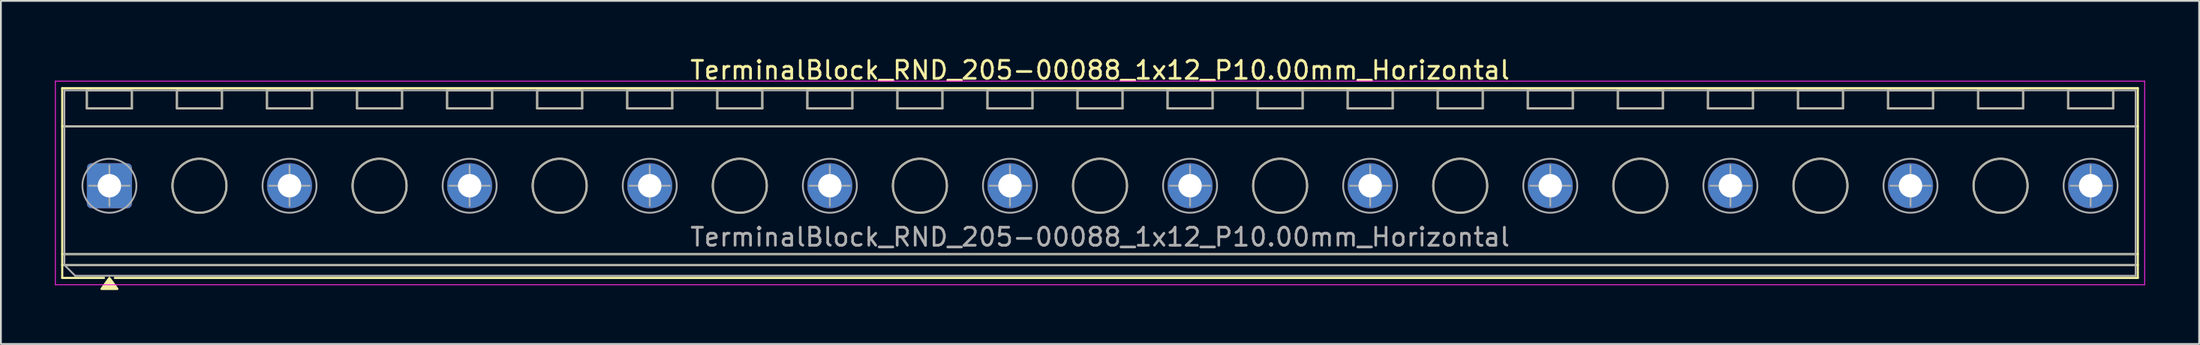
<source format=kicad_pcb>
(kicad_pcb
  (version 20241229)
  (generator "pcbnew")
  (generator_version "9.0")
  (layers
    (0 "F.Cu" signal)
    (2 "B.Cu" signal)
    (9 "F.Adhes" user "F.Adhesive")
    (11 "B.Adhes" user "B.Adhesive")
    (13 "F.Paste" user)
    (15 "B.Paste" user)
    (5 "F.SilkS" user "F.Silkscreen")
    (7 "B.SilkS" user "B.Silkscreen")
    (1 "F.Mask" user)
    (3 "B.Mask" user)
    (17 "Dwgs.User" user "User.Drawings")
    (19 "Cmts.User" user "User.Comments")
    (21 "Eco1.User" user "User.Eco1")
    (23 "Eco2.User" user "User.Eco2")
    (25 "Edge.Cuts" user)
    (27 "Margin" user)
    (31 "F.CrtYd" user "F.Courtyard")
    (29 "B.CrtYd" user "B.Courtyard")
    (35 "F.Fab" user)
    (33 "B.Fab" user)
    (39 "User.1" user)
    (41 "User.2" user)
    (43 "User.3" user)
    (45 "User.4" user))
  (footprint "TerminalBlock_RND_205-00088_1x12_P10.00mm_Horizontal"
    (layer "F.Cu")
    (at 3.025 7.268)
    (property "Reference" "TerminalBlock_RND_205-00088_1x12_P10.00mm_Horizontal" (at 55 -6.42 0) (layer "F.SilkS") (effects (font (size 1 1) (thickness 0.15))))
    (attr through_hole)
    (fp_line (start -2.62 -5.42) (end -2.62 5.12) (stroke (width 0.12) (type solid)) (layer "F.SilkS"))
    (fp_line (start -2.62 -5.42) (end 112.62 -5.42) (stroke (width 0.12) (type solid)) (layer "F.SilkS"))
    (fp_line (start -2.62 -3.3) (end 112.62 -3.3) (stroke (width 0.12) (type solid)) (layer "F.SilkS"))
    (fp_line (start -2.62 3.8) (end 112.62 3.8) (stroke (width 0.12) (type solid)) (layer "F.SilkS"))
    (fp_line (start -2.62 4.4) (end 112.62 4.4) (stroke (width 0.12) (type solid)) (layer "F.SilkS"))
    (fp_line (start -2.62 5.12) (end -0.3 5.12) (stroke (width 0.12) (type solid)) (layer "F.SilkS"))
    (fp_line (start -1.25 -5.3) (end -1.25 -4.3) (stroke (width 0.12) (type solid)) (layer "F.SilkS"))
    (fp_line (start -1.25 -5.3) (end 1.25 -5.3) (stroke (width 0.12) (type solid)) (layer "F.SilkS"))
    (fp_line (start -1.25 -4.3) (end 1.25 -4.3) (stroke (width 0.12) (type solid)) (layer "F.SilkS"))
    (fp_line (start 0.3 5.12) (end 112.62 5.12) (stroke (width 0.12) (type solid)) (layer "F.SilkS"))
    (fp_line (start 1.25 -5.3) (end 1.25 -4.3) (stroke (width 0.12) (type solid)) (layer "F.SilkS"))
    (fp_line (start 3.75 -5.3) (end 3.75 -4.3) (stroke (width 0.12) (type solid)) (layer "F.SilkS"))
    (fp_line (start 3.75 -5.3) (end 6.25 -5.3) (stroke (width 0.12) (type solid)) (layer "F.SilkS"))
    (fp_line (start 3.75 -4.3) (end 6.25 -4.3) (stroke (width 0.12) (type solid)) (layer "F.SilkS"))
    (fp_line (start 6.25 -5.3) (end 6.25 -4.3) (stroke (width 0.12) (type solid)) (layer "F.SilkS"))
    (fp_line (start 8.75 -5.3) (end 8.75 -4.3) (stroke (width 0.12) (type solid)) (layer "F.SilkS"))
    (fp_line (start 8.75 -5.3) (end 11.25 -5.3) (stroke (width 0.12) (type solid)) (layer "F.SilkS"))
    (fp_line (start 8.75 -4.3) (end 11.25 -4.3) (stroke (width 0.12) (type solid)) (layer "F.SilkS"))
    (fp_line (start 11.25 -5.3) (end 11.25 -4.3) (stroke (width 0.12) (type solid)) (layer "F.SilkS"))
    (fp_line (start 13.75 -5.3) (end 13.75 -4.3) (stroke (width 0.12) (type solid)) (layer "F.SilkS"))
    (fp_line (start 13.75 -5.3) (end 16.25 -5.3) (stroke (width 0.12) (type solid)) (layer "F.SilkS"))
    (fp_line (start 13.75 -4.3) (end 16.25 -4.3) (stroke (width 0.12) (type solid)) (layer "F.SilkS"))
    (fp_line (start 16.25 -5.3) (end 16.25 -4.3) (stroke (width 0.12) (type solid)) (layer "F.SilkS"))
    (fp_line (start 18.75 -5.3) (end 18.75 -4.3) (stroke (width 0.12) (type solid)) (layer "F.SilkS"))
    (fp_line (start 18.75 -5.3) (end 21.25 -5.3) (stroke (width 0.12) (type solid)) (layer "F.SilkS"))
    (fp_line (start 18.75 -4.3) (end 21.25 -4.3) (stroke (width 0.12) (type solid)) (layer "F.SilkS"))
    (fp_line (start 21.25 -5.3) (end 21.25 -4.3) (stroke (width 0.12) (type solid)) (layer "F.SilkS"))
    (fp_line (start 23.75 -5.3) (end 23.75 -4.3) (stroke (width 0.12) (type solid)) (layer "F.SilkS"))
    (fp_line (start 23.75 -5.3) (end 26.25 -5.3) (stroke (width 0.12) (type solid)) (layer "F.SilkS"))
    (fp_line (start 23.75 -4.3) (end 26.25 -4.3) (stroke (width 0.12) (type solid)) (layer "F.SilkS"))
    (fp_line (start 26.25 -5.3) (end 26.25 -4.3) (stroke (width 0.12) (type solid)) (layer "F.SilkS"))
    (fp_line (start 28.75 -5.3) (end 28.75 -4.3) (stroke (width 0.12) (type solid)) (layer "F.SilkS"))
    (fp_line (start 28.75 -5.3) (end 31.25 -5.3) (stroke (width 0.12) (type solid)) (layer "F.SilkS"))
    (fp_line (start 28.75 -4.3) (end 31.25 -4.3) (stroke (width 0.12) (type solid)) (layer "F.SilkS"))
    (fp_line (start 31.25 -5.3) (end 31.25 -4.3) (stroke (width 0.12) (type solid)) (layer "F.SilkS"))
    (fp_line (start 33.75 -5.3) (end 33.75 -4.3) (stroke (width 0.12) (type solid)) (layer "F.SilkS"))
    (fp_line (start 33.75 -5.3) (end 36.25 -5.3) (stroke (width 0.12) (type solid)) (layer "F.SilkS"))
    (fp_line (start 33.75 -4.3) (end 36.25 -4.3) (stroke (width 0.12) (type solid)) (layer "F.SilkS"))
    (fp_line (start 36.25 -5.3) (end 36.25 -4.3) (stroke (width 0.12) (type solid)) (layer "F.SilkS"))
    (fp_line (start 38.75 -5.3) (end 38.75 -4.3) (stroke (width 0.12) (type solid)) (layer "F.SilkS"))
    (fp_line (start 38.75 -5.3) (end 41.25 -5.3) (stroke (width 0.12) (type solid)) (layer "F.SilkS"))
    (fp_line (start 38.75 -4.3) (end 41.25 -4.3) (stroke (width 0.12) (type solid)) (layer "F.SilkS"))
    (fp_line (start 41.25 -5.3) (end 41.25 -4.3) (stroke (width 0.12) (type solid)) (layer "F.SilkS"))
    (fp_line (start 43.75 -5.3) (end 43.75 -4.3) (stroke (width 0.12) (type solid)) (layer "F.SilkS"))
    (fp_line (start 43.75 -5.3) (end 46.25 -5.3) (stroke (width 0.12) (type solid)) (layer "F.SilkS"))
    (fp_line (start 43.75 -4.3) (end 46.25 -4.3) (stroke (width 0.12) (type solid)) (layer "F.SilkS"))
    (fp_line (start 46.25 -5.3) (end 46.25 -4.3) (stroke (width 0.12) (type solid)) (layer "F.SilkS"))
    (fp_line (start 48.75 -5.3) (end 48.75 -4.3) (stroke (width 0.12) (type solid)) (layer "F.SilkS"))
    (fp_line (start 48.75 -5.3) (end 51.25 -5.3) (stroke (width 0.12) (type solid)) (layer "F.SilkS"))
    (fp_line (start 48.75 -4.3) (end 51.25 -4.3) (stroke (width 0.12) (type solid)) (layer "F.SilkS"))
    (fp_line (start 51.25 -5.3) (end 51.25 -4.3) (stroke (width 0.12) (type solid)) (layer "F.SilkS"))
    (fp_line (start 53.75 -5.3) (end 53.75 -4.3) (stroke (width 0.12) (type solid)) (layer "F.SilkS"))
    (fp_line (start 53.75 -5.3) (end 56.25 -5.3) (stroke (width 0.12) (type solid)) (layer "F.SilkS"))
    (fp_line (start 53.75 -4.3) (end 56.25 -4.3) (stroke (width 0.12) (type solid)) (layer "F.SilkS"))
    (fp_line (start 56.25 -5.3) (end 56.25 -4.3) (stroke (width 0.12) (type solid)) (layer "F.SilkS"))
    (fp_line (start 58.75 -5.3) (end 58.75 -4.3) (stroke (width 0.12) (type solid)) (layer "F.SilkS"))
    (fp_line (start 58.75 -5.3) (end 61.25 -5.3) (stroke (width 0.12) (type solid)) (layer "F.SilkS"))
    (fp_line (start 58.75 -4.3) (end 61.25 -4.3) (stroke (width 0.12) (type solid)) (layer "F.SilkS"))
    (fp_line (start 61.25 -5.3) (end 61.25 -4.3) (stroke (width 0.12) (type solid)) (layer "F.SilkS"))
    (fp_line (start 63.75 -5.3) (end 63.75 -4.3) (stroke (width 0.12) (type solid)) (layer "F.SilkS"))
    (fp_line (start 63.75 -5.3) (end 66.25 -5.3) (stroke (width 0.12) (type solid)) (layer "F.SilkS"))
    (fp_line (start 63.75 -4.3) (end 66.25 -4.3) (stroke (width 0.12) (type solid)) (layer "F.SilkS"))
    (fp_line (start 66.25 -5.3) (end 66.25 -4.3) (stroke (width 0.12) (type solid)) (layer "F.SilkS"))
    (fp_line (start 68.75 -5.3) (end 68.75 -4.3) (stroke (width 0.12) (type solid)) (layer "F.SilkS"))
    (fp_line (start 68.75 -5.3) (end 71.25 -5.3) (stroke (width 0.12) (type solid)) (layer "F.SilkS"))
    (fp_line (start 68.75 -4.3) (end 71.25 -4.3) (stroke (width 0.12) (type solid)) (layer "F.SilkS"))
    (fp_line (start 71.25 -5.3) (end 71.25 -4.3) (stroke (width 0.12) (type solid)) (layer "F.SilkS"))
    (fp_line (start 73.75 -5.3) (end 73.75 -4.3) (stroke (width 0.12) (type solid)) (layer "F.SilkS"))
    (fp_line (start 73.75 -5.3) (end 76.25 -5.3) (stroke (width 0.12) (type solid)) (layer "F.SilkS"))
    (fp_line (start 73.75 -4.3) (end 76.25 -4.3) (stroke (width 0.12) (type solid)) (layer "F.SilkS"))
    (fp_line (start 76.25 -5.3) (end 76.25 -4.3) (stroke (width 0.12) (type solid)) (layer "F.SilkS"))
    (fp_line (start 78.75 -5.3) (end 78.75 -4.3) (stroke (width 0.12) (type solid)) (layer "F.SilkS"))
    (fp_line (start 78.75 -5.3) (end 81.25 -5.3) (stroke (width 0.12) (type solid)) (layer "F.SilkS"))
    (fp_line (start 78.75 -4.3) (end 81.25 -4.3) (stroke (width 0.12) (type solid)) (layer "F.SilkS"))
    (fp_line (start 81.25 -5.3) (end 81.25 -4.3) (stroke (width 0.12) (type solid)) (layer "F.SilkS"))
    (fp_line (start 83.75 -5.3) (end 83.75 -4.3) (stroke (width 0.12) (type solid)) (layer "F.SilkS"))
    (fp_line (start 83.75 -5.3) (end 86.25 -5.3) (stroke (width 0.12) (type solid)) (layer "F.SilkS"))
    (fp_line (start 83.75 -4.3) (end 86.25 -4.3) (stroke (width 0.12) (type solid)) (layer "F.SilkS"))
    (fp_line (start 86.25 -5.3) (end 86.25 -4.3) (stroke (width 0.12) (type solid)) (layer "F.SilkS"))
    (fp_line (start 88.75 -5.3) (end 88.75 -4.3) (stroke (width 0.12) (type solid)) (layer "F.SilkS"))
    (fp_line (start 88.75 -5.3) (end 91.25 -5.3) (stroke (width 0.12) (type solid)) (layer "F.SilkS"))
    (fp_line (start 88.75 -4.3) (end 91.25 -4.3) (stroke (width 0.12) (type solid)) (layer "F.SilkS"))
    (fp_line (start 91.25 -5.3) (end 91.25 -4.3) (stroke (width 0.12) (type solid)) (layer "F.SilkS"))
    (fp_line (start 93.75 -5.3) (end 93.75 -4.3) (stroke (width 0.12) (type solid)) (layer "F.SilkS"))
    (fp_line (start 93.75 -5.3) (end 96.25 -5.3) (stroke (width 0.12) (type solid)) (layer "F.SilkS"))
    (fp_line (start 93.75 -4.3) (end 96.25 -4.3) (stroke (width 0.12) (type solid)) (layer "F.SilkS"))
    (fp_line (start 96.25 -5.3) (end 96.25 -4.3) (stroke (width 0.12) (type solid)) (layer "F.SilkS"))
    (fp_line (start 98.75 -5.3) (end 98.75 -4.3) (stroke (width 0.12) (type solid)) (layer "F.SilkS"))
    (fp_line (start 98.75 -5.3) (end 101.25 -5.3) (stroke (width 0.12) (type solid)) (layer "F.SilkS"))
    (fp_line (start 98.75 -4.3) (end 101.25 -4.3) (stroke (width 0.12) (type solid)) (layer "F.SilkS"))
    (fp_line (start 101.25 -5.3) (end 101.25 -4.3) (stroke (width 0.12) (type solid)) (layer "F.SilkS"))
    (fp_line (start 103.75 -5.3) (end 103.75 -4.3) (stroke (width 0.12) (type solid)) (layer "F.SilkS"))
    (fp_line (start 103.75 -5.3) (end 106.25 -5.3) (stroke (width 0.12) (type solid)) (layer "F.SilkS"))
    (fp_line (start 103.75 -4.3) (end 106.25 -4.3) (stroke (width 0.12) (type solid)) (layer "F.SilkS"))
    (fp_line (start 106.25 -5.3) (end 106.25 -4.3) (stroke (width 0.12) (type solid)) (layer "F.SilkS"))
    (fp_line (start 108.75 -5.3) (end 108.75 -4.3) (stroke (width 0.12) (type solid)) (layer "F.SilkS"))
    (fp_line (start 108.75 -5.3) (end 111.25 -5.3) (stroke (width 0.12) (type solid)) (layer "F.SilkS"))
    (fp_line (start 108.75 -4.3) (end 111.25 -4.3) (stroke (width 0.12) (type solid)) (layer "F.SilkS"))
    (fp_line (start 111.25 -5.3) (end 111.25 -4.3) (stroke (width 0.12) (type solid)) (layer "F.SilkS"))
    (fp_line (start 112.62 -5.42) (end 112.62 5.12) (stroke (width 0.12) (type solid)) (layer "F.SilkS"))
    (fp_circle (center 5 0) (end 6.5 0) (stroke (width 0.12) (type solid)) (fill no) (layer "F.SilkS"))
    (fp_circle (center 15 0) (end 16.5 0) (stroke (width 0.12) (type solid)) (fill no) (layer "F.SilkS"))
    (fp_circle (center 25 0) (end 26.5 0) (stroke (width 0.12) (type solid)) (fill no) (layer "F.SilkS"))
    (fp_circle (center 35 0) (end 36.5 0) (stroke (width 0.12) (type solid)) (fill no) (layer "F.SilkS"))
    (fp_circle (center 45 0) (end 46.5 0) (stroke (width 0.12) (type solid)) (fill no) (layer "F.SilkS"))
    (fp_circle (center 55 0) (end 56.5 0) (stroke (width 0.12) (type solid)) (fill no) (layer "F.SilkS"))
    (fp_circle (center 65 0) (end 66.5 0) (stroke (width 0.12) (type solid)) (fill no) (layer "F.SilkS"))
    (fp_circle (center 75 0) (end 76.5 0) (stroke (width 0.12) (type solid)) (fill no) (layer "F.SilkS"))
    (fp_circle (center 85 0) (end 86.5 0) (stroke (width 0.12) (type solid)) (fill no) (layer "F.SilkS"))
    (fp_circle (center 95 0) (end 96.5 0) (stroke (width 0.12) (type solid)) (fill no) (layer "F.SilkS"))
    (fp_circle (center 105 0) (end 106.5 0) (stroke (width 0.12) (type solid)) (fill no) (layer "F.SilkS"))
    (fp_poly (pts (xy 0 5.12) (xy 0.44 5.73) (xy -0.44 5.73)) (stroke (width 0.12) (type solid)) (fill yes) (layer "F.SilkS"))
    (fp_line (start -3 -5.81) (end -3 5.5) (stroke (width 0.05) (type solid)) (layer "F.CrtYd"))
    (fp_line (start -3 5.5) (end 113 5.5) (stroke (width 0.05) (type solid)) (layer "F.CrtYd"))
    (fp_line (start 113 -5.81) (end -3 -5.81) (stroke (width 0.05) (type solid)) (layer "F.CrtYd"))
    (fp_line (start 113 5.5) (end 113 -5.81) (stroke (width 0.05) (type solid)) (layer "F.CrtYd"))
    (fp_line (start -2.5 -5.3) (end 112.5 -5.3) (stroke (width 0.1) (type solid)) (layer "F.Fab"))
    (fp_line (start -2.5 -3.3) (end 112.5 -3.3) (stroke (width 0.1) (type solid)) (layer "F.Fab"))
    (fp_line (start -2.5 3.8) (end 112.5 3.8) (stroke (width 0.1) (type solid)) (layer "F.Fab"))
    (fp_line (start -2.5 4.4) (end -2.5 -5.3) (stroke (width 0.1) (type solid)) (layer "F.Fab"))
    (fp_line (start -2.5 4.4) (end 112.5 4.4) (stroke (width 0.1) (type solid)) (layer "F.Fab"))
    (fp_line (start -1.9 5) (end -2.5 4.4) (stroke (width 0.1) (type solid)) (layer "F.Fab"))
    (fp_line (start -1.25 -5.3) (end -1.25 -4.3) (stroke (width 0.1) (type solid)) (layer "F.Fab"))
    (fp_line (start -1.25 -4.3) (end 1.25 -4.3) (stroke (width 0.1) (type solid)) (layer "F.Fab"))
    (fp_line (start -1.125 0) (end 1.125 0) (stroke (width 0.1) (type solid)) (layer "F.Fab"))
    (fp_line (start 0 -1.125) (end 0 1.125) (stroke (width 0.1) (type solid)) (layer "F.Fab"))
    (fp_line (start 1.25 -5.3) (end -1.25 -5.3) (stroke (width 0.1) (type solid)) (layer "F.Fab"))
    (fp_line (start 1.25 -4.3) (end 1.25 -5.3) (stroke (width 0.1) (type solid)) (layer "F.Fab"))
    (fp_line (start 3.75 -5.3) (end 3.75 -4.3) (stroke (width 0.1) (type solid)) (layer "F.Fab"))
    (fp_line (start 3.75 -4.3) (end 6.25 -4.3) (stroke (width 0.1) (type solid)) (layer "F.Fab"))
    (fp_line (start 6.25 -5.3) (end 3.75 -5.3) (stroke (width 0.1) (type solid)) (layer "F.Fab"))
    (fp_line (start 6.25 -4.3) (end 6.25 -5.3) (stroke (width 0.1) (type solid)) (layer "F.Fab"))
    (fp_line (start 8.75 -5.3) (end 8.75 -4.3) (stroke (width 0.1) (type solid)) (layer "F.Fab"))
    (fp_line (start 8.75 -4.3) (end 11.25 -4.3) (stroke (width 0.1) (type solid)) (layer "F.Fab"))
    (fp_line (start 8.875 0) (end 11.125 0) (stroke (width 0.1) (type solid)) (layer "F.Fab"))
    (fp_line (start 10 -1.125) (end 10 1.125) (stroke (width 0.1) (type solid)) (layer "F.Fab"))
    (fp_line (start 11.25 -5.3) (end 8.75 -5.3) (stroke (width 0.1) (type solid)) (layer "F.Fab"))
    (fp_line (start 11.25 -4.3) (end 11.25 -5.3) (stroke (width 0.1) (type solid)) (layer "F.Fab"))
    (fp_line (start 13.75 -5.3) (end 13.75 -4.3) (stroke (width 0.1) (type solid)) (layer "F.Fab"))
    (fp_line (start 13.75 -4.3) (end 16.25 -4.3) (stroke (width 0.1) (type solid)) (layer "F.Fab"))
    (fp_line (start 16.25 -5.3) (end 13.75 -5.3) (stroke (width 0.1) (type solid)) (layer "F.Fab"))
    (fp_line (start 16.25 -4.3) (end 16.25 -5.3) (stroke (width 0.1) (type solid)) (layer "F.Fab"))
    (fp_line (start 18.75 -5.3) (end 18.75 -4.3) (stroke (width 0.1) (type solid)) (layer "F.Fab"))
    (fp_line (start 18.75 -4.3) (end 21.25 -4.3) (stroke (width 0.1) (type solid)) (layer "F.Fab"))
    (fp_line (start 18.875 0) (end 21.125 0) (stroke (width 0.1) (type solid)) (layer "F.Fab"))
    (fp_line (start 20 -1.125) (end 20 1.125) (stroke (width 0.1) (type solid)) (layer "F.Fab"))
    (fp_line (start 21.25 -5.3) (end 18.75 -5.3) (stroke (width 0.1) (type solid)) (layer "F.Fab"))
    (fp_line (start 21.25 -4.3) (end 21.25 -5.3) (stroke (width 0.1) (type solid)) (layer "F.Fab"))
    (fp_line (start 23.75 -5.3) (end 23.75 -4.3) (stroke (width 0.1) (type solid)) (layer "F.Fab"))
    (fp_line (start 23.75 -4.3) (end 26.25 -4.3) (stroke (width 0.1) (type solid)) (layer "F.Fab"))
    (fp_line (start 26.25 -5.3) (end 23.75 -5.3) (stroke (width 0.1) (type solid)) (layer "F.Fab"))
    (fp_line (start 26.25 -4.3) (end 26.25 -5.3) (stroke (width 0.1) (type solid)) (layer "F.Fab"))
    (fp_line (start 28.75 -5.3) (end 28.75 -4.3) (stroke (width 0.1) (type solid)) (layer "F.Fab"))
    (fp_line (start 28.75 -4.3) (end 31.25 -4.3) (stroke (width 0.1) (type solid)) (layer "F.Fab"))
    (fp_line (start 28.875 0) (end 31.125 0) (stroke (width 0.1) (type solid)) (layer "F.Fab"))
    (fp_line (start 30 -1.125) (end 30 1.125) (stroke (width 0.1) (type solid)) (layer "F.Fab"))
    (fp_line (start 31.25 -5.3) (end 28.75 -5.3) (stroke (width 0.1) (type solid)) (layer "F.Fab"))
    (fp_line (start 31.25 -4.3) (end 31.25 -5.3) (stroke (width 0.1) (type solid)) (layer "F.Fab"))
    (fp_line (start 33.75 -5.3) (end 33.75 -4.3) (stroke (width 0.1) (type solid)) (layer "F.Fab"))
    (fp_line (start 33.75 -4.3) (end 36.25 -4.3) (stroke (width 0.1) (type solid)) (layer "F.Fab"))
    (fp_line (start 36.25 -5.3) (end 33.75 -5.3) (stroke (width 0.1) (type solid)) (layer "F.Fab"))
    (fp_line (start 36.25 -4.3) (end 36.25 -5.3) (stroke (width 0.1) (type solid)) (layer "F.Fab"))
    (fp_line (start 38.75 -5.3) (end 38.75 -4.3) (stroke (width 0.1) (type solid)) (layer "F.Fab"))
    (fp_line (start 38.75 -4.3) (end 41.25 -4.3) (stroke (width 0.1) (type solid)) (layer "F.Fab"))
    (fp_line (start 38.875 0) (end 41.125 0) (stroke (width 0.1) (type solid)) (layer "F.Fab"))
    (fp_line (start 40 -1.125) (end 40 1.125) (stroke (width 0.1) (type solid)) (layer "F.Fab"))
    (fp_line (start 41.25 -5.3) (end 38.75 -5.3) (stroke (width 0.1) (type solid)) (layer "F.Fab"))
    (fp_line (start 41.25 -4.3) (end 41.25 -5.3) (stroke (width 0.1) (type solid)) (layer "F.Fab"))
    (fp_line (start 43.75 -5.3) (end 43.75 -4.3) (stroke (width 0.1) (type solid)) (layer "F.Fab"))
    (fp_line (start 43.75 -4.3) (end 46.25 -4.3) (stroke (width 0.1) (type solid)) (layer "F.Fab"))
    (fp_line (start 46.25 -5.3) (end 43.75 -5.3) (stroke (width 0.1) (type solid)) (layer "F.Fab"))
    (fp_line (start 46.25 -4.3) (end 46.25 -5.3) (stroke (width 0.1) (type solid)) (layer "F.Fab"))
    (fp_line (start 48.75 -5.3) (end 48.75 -4.3) (stroke (width 0.1) (type solid)) (layer "F.Fab"))
    (fp_line (start 48.75 -4.3) (end 51.25 -4.3) (stroke (width 0.1) (type solid)) (layer "F.Fab"))
    (fp_line (start 48.875 0) (end 51.125 0) (stroke (width 0.1) (type solid)) (layer "F.Fab"))
    (fp_line (start 50 -1.125) (end 50 1.125) (stroke (width 0.1) (type solid)) (layer "F.Fab"))
    (fp_line (start 51.25 -5.3) (end 48.75 -5.3) (stroke (width 0.1) (type solid)) (layer "F.Fab"))
    (fp_line (start 51.25 -4.3) (end 51.25 -5.3) (stroke (width 0.1) (type solid)) (layer "F.Fab"))
    (fp_line (start 53.75 -5.3) (end 53.75 -4.3) (stroke (width 0.1) (type solid)) (layer "F.Fab"))
    (fp_line (start 53.75 -4.3) (end 56.25 -4.3) (stroke (width 0.1) (type solid)) (layer "F.Fab"))
    (fp_line (start 56.25 -5.3) (end 53.75 -5.3) (stroke (width 0.1) (type solid)) (layer "F.Fab"))
    (fp_line (start 56.25 -4.3) (end 56.25 -5.3) (stroke (width 0.1) (type solid)) (layer "F.Fab"))
    (fp_line (start 58.75 -5.3) (end 58.75 -4.3) (stroke (width 0.1) (type solid)) (layer "F.Fab"))
    (fp_line (start 58.75 -4.3) (end 61.25 -4.3) (stroke (width 0.1) (type solid)) (layer "F.Fab"))
    (fp_line (start 58.875 0) (end 61.125 0) (stroke (width 0.1) (type solid)) (layer "F.Fab"))
    (fp_line (start 60 -1.125) (end 60 1.125) (stroke (width 0.1) (type solid)) (layer "F.Fab"))
    (fp_line (start 61.25 -5.3) (end 58.75 -5.3) (stroke (width 0.1) (type solid)) (layer "F.Fab"))
    (fp_line (start 61.25 -4.3) (end 61.25 -5.3) (stroke (width 0.1) (type solid)) (layer "F.Fab"))
    (fp_line (start 63.75 -5.3) (end 63.75 -4.3) (stroke (width 0.1) (type solid)) (layer "F.Fab"))
    (fp_line (start 63.75 -4.3) (end 66.25 -4.3) (stroke (width 0.1) (type solid)) (layer "F.Fab"))
    (fp_line (start 66.25 -5.3) (end 63.75 -5.3) (stroke (width 0.1) (type solid)) (layer "F.Fab"))
    (fp_line (start 66.25 -4.3) (end 66.25 -5.3) (stroke (width 0.1) (type solid)) (layer "F.Fab"))
    (fp_line (start 68.75 -5.3) (end 68.75 -4.3) (stroke (width 0.1) (type solid)) (layer "F.Fab"))
    (fp_line (start 68.75 -4.3) (end 71.25 -4.3) (stroke (width 0.1) (type solid)) (layer "F.Fab"))
    (fp_line (start 68.875 0) (end 71.125 0) (stroke (width 0.1) (type solid)) (layer "F.Fab"))
    (fp_line (start 70 -1.125) (end 70 1.125) (stroke (width 0.1) (type solid)) (layer "F.Fab"))
    (fp_line (start 71.25 -5.3) (end 68.75 -5.3) (stroke (width 0.1) (type solid)) (layer "F.Fab"))
    (fp_line (start 71.25 -4.3) (end 71.25 -5.3) (stroke (width 0.1) (type solid)) (layer "F.Fab"))
    (fp_line (start 73.75 -5.3) (end 73.75 -4.3) (stroke (width 0.1) (type solid)) (layer "F.Fab"))
    (fp_line (start 73.75 -4.3) (end 76.25 -4.3) (stroke (width 0.1) (type solid)) (layer "F.Fab"))
    (fp_line (start 76.25 -5.3) (end 73.75 -5.3) (stroke (width 0.1) (type solid)) (layer "F.Fab"))
    (fp_line (start 76.25 -4.3) (end 76.25 -5.3) (stroke (width 0.1) (type solid)) (layer "F.Fab"))
    (fp_line (start 78.75 -5.3) (end 78.75 -4.3) (stroke (width 0.1) (type solid)) (layer "F.Fab"))
    (fp_line (start 78.75 -4.3) (end 81.25 -4.3) (stroke (width 0.1) (type solid)) (layer "F.Fab"))
    (fp_line (start 78.875 0) (end 81.125 0) (stroke (width 0.1) (type solid)) (layer "F.Fab"))
    (fp_line (start 80 -1.125) (end 80 1.125) (stroke (width 0.1) (type solid)) (layer "F.Fab"))
    (fp_line (start 81.25 -5.3) (end 78.75 -5.3) (stroke (width 0.1) (type solid)) (layer "F.Fab"))
    (fp_line (start 81.25 -4.3) (end 81.25 -5.3) (stroke (width 0.1) (type solid)) (layer "F.Fab"))
    (fp_line (start 83.75 -5.3) (end 83.75 -4.3) (stroke (width 0.1) (type solid)) (layer "F.Fab"))
    (fp_line (start 83.75 -4.3) (end 86.25 -4.3) (stroke (width 0.1) (type solid)) (layer "F.Fab"))
    (fp_line (start 86.25 -5.3) (end 83.75 -5.3) (stroke (width 0.1) (type solid)) (layer "F.Fab"))
    (fp_line (start 86.25 -4.3) (end 86.25 -5.3) (stroke (width 0.1) (type solid)) (layer "F.Fab"))
    (fp_line (start 88.75 -5.3) (end 88.75 -4.3) (stroke (width 0.1) (type solid)) (layer "F.Fab"))
    (fp_line (start 88.75 -4.3) (end 91.25 -4.3) (stroke (width 0.1) (type solid)) (layer "F.Fab"))
    (fp_line (start 88.875 0) (end 91.125 0) (stroke (width 0.1) (type solid)) (layer "F.Fab"))
    (fp_line (start 90 -1.125) (end 90 1.125) (stroke (width 0.1) (type solid)) (layer "F.Fab"))
    (fp_line (start 91.25 -5.3) (end 88.75 -5.3) (stroke (width 0.1) (type solid)) (layer "F.Fab"))
    (fp_line (start 91.25 -4.3) (end 91.25 -5.3) (stroke (width 0.1) (type solid)) (layer "F.Fab"))
    (fp_line (start 93.75 -5.3) (end 93.75 -4.3) (stroke (width 0.1) (type solid)) (layer "F.Fab"))
    (fp_line (start 93.75 -4.3) (end 96.25 -4.3) (stroke (width 0.1) (type solid)) (layer "F.Fab"))
    (fp_line (start 96.25 -5.3) (end 93.75 -5.3) (stroke (width 0.1) (type solid)) (layer "F.Fab"))
    (fp_line (start 96.25 -4.3) (end 96.25 -5.3) (stroke (width 0.1) (type solid)) (layer "F.Fab"))
    (fp_line (start 98.75 -5.3) (end 98.75 -4.3) (stroke (width 0.1) (type solid)) (layer "F.Fab"))
    (fp_line (start 98.75 -4.3) (end 101.25 -4.3) (stroke (width 0.1) (type solid)) (layer "F.Fab"))
    (fp_line (start 98.875 0) (end 101.125 0) (stroke (width 0.1) (type solid)) (layer "F.Fab"))
    (fp_line (start 100 -1.125) (end 100 1.125) (stroke (width 0.1) (type solid)) (layer "F.Fab"))
    (fp_line (start 101.25 -5.3) (end 98.75 -5.3) (stroke (width 0.1) (type solid)) (layer "F.Fab"))
    (fp_line (start 101.25 -4.3) (end 101.25 -5.3) (stroke (width 0.1) (type solid)) (layer "F.Fab"))
    (fp_line (start 103.75 -5.3) (end 103.75 -4.3) (stroke (width 0.1) (type solid)) (layer "F.Fab"))
    (fp_line (start 103.75 -4.3) (end 106.25 -4.3) (stroke (width 0.1) (type solid)) (layer "F.Fab"))
    (fp_line (start 106.25 -5.3) (end 103.75 -5.3) (stroke (width 0.1) (type solid)) (layer "F.Fab"))
    (fp_line (start 106.25 -4.3) (end 106.25 -5.3) (stroke (width 0.1) (type solid)) (layer "F.Fab"))
    (fp_line (start 108.75 -5.3) (end 108.75 -4.3) (stroke (width 0.1) (type solid)) (layer "F.Fab"))
    (fp_line (start 108.75 -4.3) (end 111.25 -4.3) (stroke (width 0.1) (type solid)) (layer "F.Fab"))
    (fp_line (start 108.875 0) (end 111.125 0) (stroke (width 0.1) (type solid)) (layer "F.Fab"))
    (fp_line (start 110 -1.125) (end 110 1.125) (stroke (width 0.1) (type solid)) (layer "F.Fab"))
    (fp_line (start 111.25 -5.3) (end 108.75 -5.3) (stroke (width 0.1) (type solid)) (layer "F.Fab"))
    (fp_line (start 111.25 -4.3) (end 111.25 -5.3) (stroke (width 0.1) (type solid)) (layer "F.Fab"))
    (fp_line (start 112.5 -5.3) (end 112.5 5) (stroke (width 0.1) (type solid)) (layer "F.Fab"))
    (fp_line (start 112.5 5) (end -1.9 5) (stroke (width 0.1) (type solid)) (layer "F.Fab"))
    (fp_circle (center 0 0) (end 1.5 0) (stroke (width 0.1) (type solid)) (fill no) (layer "F.Fab"))
    (fp_circle (center 5 0) (end 6.5 0) (stroke (width 0.1) (type solid)) (fill no) (layer "F.Fab"))
    (fp_circle (center 10 0) (end 11.5 0) (stroke (width 0.1) (type solid)) (fill no) (layer "F.Fab"))
    (fp_circle (center 15 0) (end 16.5 0) (stroke (width 0.1) (type solid)) (fill no) (layer "F.Fab"))
    (fp_circle (center 20 0) (end 21.5 0) (stroke (width 0.1) (type solid)) (fill no) (layer "F.Fab"))
    (fp_circle (center 25 0) (end 26.5 0) (stroke (width 0.1) (type solid)) (fill no) (layer "F.Fab"))
    (fp_circle (center 30 0) (end 31.5 0) (stroke (width 0.1) (type solid)) (fill no) (layer "F.Fab"))
    (fp_circle (center 35 0) (end 36.5 0) (stroke (width 0.1) (type solid)) (fill no) (layer "F.Fab"))
    (fp_circle (center 40 0) (end 41.5 0) (stroke (width 0.1) (type solid)) (fill no) (layer "F.Fab"))
    (fp_circle (center 45 0) (end 46.5 0) (stroke (width 0.1) (type solid)) (fill no) (layer "F.Fab"))
    (fp_circle (center 50 0) (end 51.5 0) (stroke (width 0.1) (type solid)) (fill no) (layer "F.Fab"))
    (fp_circle (center 55 0) (end 56.5 0) (stroke (width 0.1) (type solid)) (fill no) (layer "F.Fab"))
    (fp_circle (center 60 0) (end 61.5 0) (stroke (width 0.1) (type solid)) (fill no) (layer "F.Fab"))
    (fp_circle (center 65 0) (end 66.5 0) (stroke (width 0.1) (type solid)) (fill no) (layer "F.Fab"))
    (fp_circle (center 70 0) (end 71.5 0) (stroke (width 0.1) (type solid)) (fill no) (layer "F.Fab"))
    (fp_circle (center 75 0) (end 76.5 0) (stroke (width 0.1) (type solid)) (fill no) (layer "F.Fab"))
    (fp_circle (center 80 0) (end 81.5 0) (stroke (width 0.1) (type solid)) (fill no) (layer "F.Fab"))
    (fp_circle (center 85 0) (end 86.5 0) (stroke (width 0.1) (type solid)) (fill no) (layer "F.Fab"))
    (fp_circle (center 90 0) (end 91.5 0) (stroke (width 0.1) (type solid)) (fill no) (layer "F.Fab"))
    (fp_circle (center 95 0) (end 96.5 0) (stroke (width 0.1) (type solid)) (fill no) (layer "F.Fab"))
    (fp_circle (center 100 0) (end 101.5 0) (stroke (width 0.1) (type solid)) (fill no) (layer "F.Fab"))
    (fp_circle (center 105 0) (end 106.5 0) (stroke (width 0.1) (type solid)) (fill no) (layer "F.Fab"))
    (fp_circle (center 110 0) (end 111.5 0) (stroke (width 0.1) (type solid)) (fill no) (layer "F.Fab"))
    (fp_text user "${REFERENCE}" (at 55 2.85 0) (layer "F.Fab") (effects (font (size 1 1) (thickness 0.15))))
    (pad "1" thru_hole roundrect (at 0 0) (size 2.5 2.5) (drill 1.3) (layers "*.Cu" "*.Mask") (roundrect_rratio 0.1))
    (pad "2" thru_hole circle (at 10 0) (size 2.5 2.5) (drill 1.3) (layers "*.Cu" "*.Mask"))
    (pad "3" thru_hole circle (at 20 0) (size 2.5 2.5) (drill 1.3) (layers "*.Cu" "*.Mask"))
    (pad "4" thru_hole circle (at 30 0) (size 2.5 2.5) (drill 1.3) (layers "*.Cu" "*.Mask"))
    (pad "5" thru_hole circle (at 40 0) (size 2.5 2.5) (drill 1.3) (layers "*.Cu" "*.Mask"))
    (pad "6" thru_hole circle (at 50 0) (size 2.5 2.5) (drill 1.3) (layers "*.Cu" "*.Mask"))
    (pad "7" thru_hole circle (at 60 0) (size 2.5 2.5) (drill 1.3) (layers "*.Cu" "*.Mask"))
    (pad "8" thru_hole circle (at 70 0) (size 2.5 2.5) (drill 1.3) (layers "*.Cu" "*.Mask"))
    (pad "9" thru_hole circle (at 80 0) (size 2.5 2.5) (drill 1.3) (layers "*.Cu" "*.Mask"))
    (pad "10" thru_hole circle (at 90 0) (size 2.5 2.5) (drill 1.3) (layers "*.Cu" "*.Mask"))
    (pad "11" thru_hole circle (at 100 0) (size 2.5 2.5) (drill 1.3) (layers "*.Cu" "*.Mask"))
    (pad "12" thru_hole circle (at 110 0) (size 2.5 2.5) (drill 1.3) (layers "*.Cu" "*.Mask")))
  (gr_rect
    (start -3 -3)
    (end 119.05 16.058)
    (stroke (width 0.1) (type default))
    (fill no)
    (layer "Edge.Cuts")))
</source>
